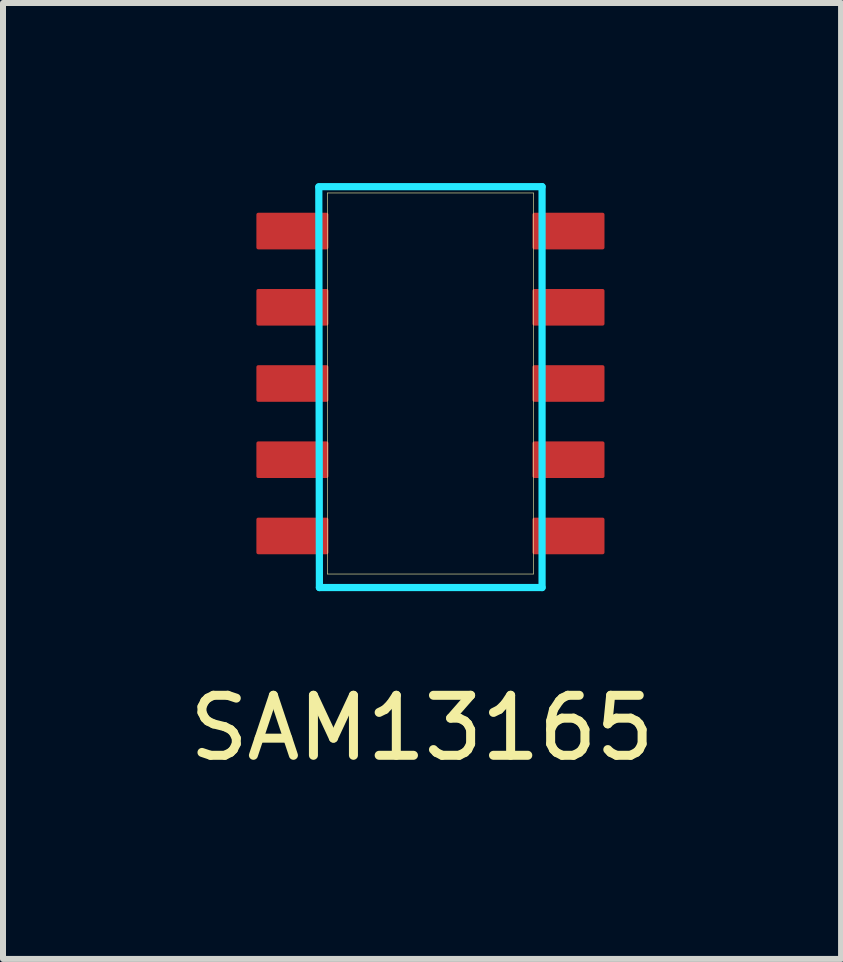
<source format=kicad_pcb>
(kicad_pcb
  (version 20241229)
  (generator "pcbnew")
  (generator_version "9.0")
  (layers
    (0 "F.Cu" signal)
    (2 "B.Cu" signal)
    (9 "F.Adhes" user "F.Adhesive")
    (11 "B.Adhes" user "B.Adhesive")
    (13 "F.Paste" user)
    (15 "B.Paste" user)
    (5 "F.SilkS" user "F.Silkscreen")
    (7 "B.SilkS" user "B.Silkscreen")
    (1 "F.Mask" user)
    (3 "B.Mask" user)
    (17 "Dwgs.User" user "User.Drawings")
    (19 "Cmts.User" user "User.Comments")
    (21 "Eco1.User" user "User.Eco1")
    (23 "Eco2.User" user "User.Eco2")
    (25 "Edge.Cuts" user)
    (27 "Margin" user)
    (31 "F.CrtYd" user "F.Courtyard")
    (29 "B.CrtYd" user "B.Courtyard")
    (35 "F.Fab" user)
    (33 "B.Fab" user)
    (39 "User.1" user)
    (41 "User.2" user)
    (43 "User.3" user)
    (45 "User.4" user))
  (footprint "SAM13165"
    (layer "F.Cu")
    (at 4.122 3.34)
    (property "Reference" "SAM13165" (at -0.14 5.74 0) (layer "F.SilkS") (effects (font (size 1 1) (thickness 0.15))))
    (attr through_hole)
    (fp_line (start -1.715 -3.175) (end -1.715 3.175) (stroke (width 0.01) (type solid)) (layer "F.SilkS"))
    (fp_line (start -1.715 -3.175) (end 1.715 -3.175) (stroke (width 0.01) (type solid)) (layer "F.SilkS"))
    (fp_line (start 1.715 3.175) (end -1.715 3.175) (stroke (width 0.01) (type solid)) (layer "F.SilkS"))
    (fp_line (start 1.715 3.175) (end 1.715 -3.175) (stroke (width 0.01) (type solid)) (layer "F.SilkS"))
    (fp_line (start -1.86 -3.28) (end 1.86 -3.28) (stroke (width 0.12) (type solid)) (layer "B.CrtYd"))
    (fp_line (start -1.85 3.4) (end -1.86 -3.27) (stroke (width 0.12) (type solid)) (layer "B.CrtYd"))
    (fp_line (start 1.86 -3.28) (end 1.86 3.4) (stroke (width 0.12) (type solid)) (layer "B.CrtYd"))
    (fp_line (start 1.86 3.4) (end -1.85 3.4) (stroke (width 0.12) (type solid)) (layer "B.CrtYd"))
    (pad "1" smd roundrect (at -2.3 2.54) (size 1.2 0.61) (layers "F.Cu" "F.Mask" "F.Paste") (roundrect_rratio 0.05))
    (pad "2" smd roundrect (at 2.3 2.54) (size 1.2 0.61) (layers "F.Cu" "F.Mask" "F.Paste") (roundrect_rratio 0.05))
    (pad "3" smd roundrect (at -2.3 1.27) (size 1.2 0.61) (layers "F.Cu" "F.Mask" "F.Paste") (roundrect_rratio 0.05))
    (pad "4" smd roundrect (at 2.3 1.27) (size 1.2 0.61) (layers "F.Cu" "F.Mask" "F.Paste") (roundrect_rratio 0.05))
    (pad "5" smd roundrect (at -2.3 0) (size 1.2 0.61) (layers "F.Cu" "F.Mask" "F.Paste") (roundrect_rratio 0.05))
    (pad "6" smd roundrect (at 2.3 0) (size 1.2 0.61) (layers "F.Cu" "F.Mask" "F.Paste") (roundrect_rratio 0.05))
    (pad "7" smd roundrect (at -2.3 -1.27) (size 1.2 0.61) (layers "F.Cu" "F.Mask" "F.Paste") (roundrect_rratio 0.05))
    (pad "8" smd roundrect (at 2.3 -1.27) (size 1.2 0.61) (layers "F.Cu" "F.Mask" "F.Paste") (roundrect_rratio 0.05))
    (pad "9" smd roundrect (at -2.3 -2.54) (size 1.2 0.61) (layers "F.Cu" "F.Mask" "F.Paste") (roundrect_rratio 0.05))
    (pad "10" smd roundrect (at 2.3 -2.54) (size 1.2 0.61) (layers "F.Cu" "F.Mask" "F.Paste") (roundrect_rratio 0.05)))
  (gr_rect
    (start -3 -3)
    (end 10.964 12.928)
    (stroke (width 0.1) (type default))
    (fill no)
    (layer "Edge.Cuts")))
</source>
